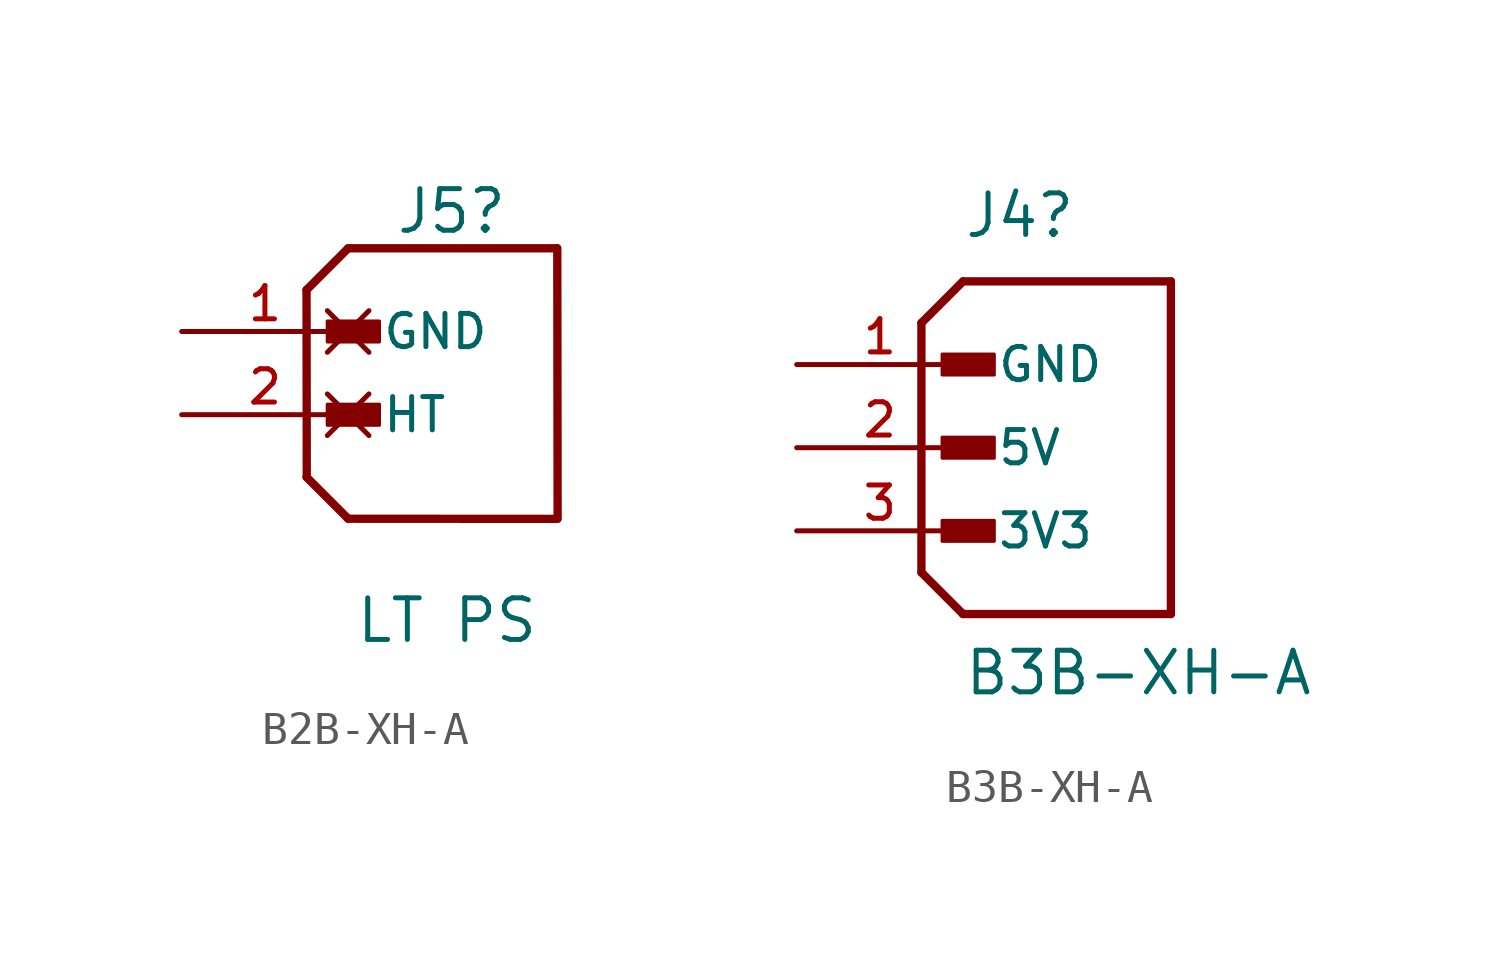
<source format=kicad_sym>
(kicad_symbol_lib
  (version 20241209)
  (generator "kicad_symbol_editor")
  (generator_version "9.0")
  (symbol "B2B-XH-A"
    (pin_names
      (offset 1.016))
    (property "Reference" "J5"
      (at -1.117 6.21 0)
      (effects (font (size 1.27 1.27)) (justify left)))
    (property "Value" "LT PS"
      (at -2.345 -6.279 0)
      (effects (font (size 1.27 1.27)) (justify left)))
    (symbol "B2B-XH-A_0_0"
      (polyline (pts (xy -3.81 3.81) (xy -3.803 -1.903)) (stroke (width 0.254) (type default)) (fill (type none)))
      (polyline (pts (xy -3.81 3.81) (xy -2.54 5.08)) (stroke (width 0.254) (type default)) (fill (type none)))
      (polyline (pts (xy -3.81 -1.905) (xy -2.54 -3.175)) (stroke (width 0.254) (type default)) (fill (type none)))
      (rectangle (start -3.175 2.223) (end -1.587 2.857) (stroke (width 0.1) (type default)) (fill (type outline)))
      (rectangle (start -3.175 -0.318) (end -1.587 0.318) (stroke (width 0.1) (type default)) (fill (type outline)))
      (polyline (pts (xy -2.54 -3.175) (xy 3.802 -3.179)) (stroke (width 0.254) (type default)) (fill (type none)))
      (polyline (pts (xy 3.81 5.08) (xy -2.54 5.08)) (stroke (width 0.254) (type default)) (fill (type none)))
      (polyline (pts (xy 3.854 -3.179) (xy 3.844 5.084)) (stroke (width 0.254) (type default)) (fill (type none))))
    (symbol "B2B-XH-A_1_0"
      (pin power_out non_logic (at -7.62 2.54 0) (length 5.08) (name "GND" (effects (font (size 1.016 1.016)))) (number "1" (effects (font (size 1.016 1.016)))))
      (pin power_out non_logic (at -7.62 0 0) (length 5.08) (name "HT" (effects (font (size 1.016 1.016)))) (number "2" (effects (font (size 1.016 1.016)))))))
  (symbol "B3B-XH-A"
    (pin_names
      (offset 1.016))
    (property "Reference" "J4"
      (at -2.54 6.35 0)
      (effects (font (size 1.27 1.27)) (justify left bottom)))
    (property "Value" "B3B-XH-A"
      (at -2.54 -7.62 0)
      (effects (font (size 1.27 1.27)) (justify left bottom)))
    (symbol "B3B-XH-A_0_0"
      (polyline (pts (xy -3.81 3.81) (xy -3.81 -3.81)) (stroke (width 0.254) (type default)) (fill (type none)))
      (polyline (pts (xy -3.81 3.81) (xy -2.54 5.08)) (stroke (width 0.254) (type default)) (fill (type none)))
      (polyline (pts (xy -3.81 -3.81) (xy -2.54 -5.08)) (stroke (width 0.254) (type default)) (fill (type none)))
      (rectangle (start -3.175 2.223) (end -1.587 2.857) (stroke (width 0.1) (type default)) (fill (type outline)))
      (rectangle (start -3.175 -0.318) (end -1.587 0.318) (stroke (width 0.1) (type default)) (fill (type outline)))
      (rectangle (start -3.175 -2.857) (end -1.587 -2.223) (stroke (width 0.1) (type default)) (fill (type outline)))
      (polyline (pts (xy -2.54 -5.08) (xy 3.81 -5.08)) (stroke (width 0.254) (type default)) (fill (type none)))
      (polyline (pts (xy 3.81 5.08) (xy -2.54 5.08)) (stroke (width 0.254) (type default)) (fill (type none)))
      (polyline (pts (xy 3.81 -5.08) (xy 3.81 5.08)) (stroke (width 0.254) (type default)) (fill (type none))))
    (symbol "B3B-XH-A_1_0"
      (pin passive line (at -7.62 2.54 0) (length 5.08) (name "GND" (effects (font (size 1.016 1.016)))) (number "1" (effects (font (size 1.016 1.016)))))
      (pin passive line (at -7.62 0 0) (length 5.08) (name "5V" (effects (font (size 1.016 1.016)))) (number "2" (effects (font (size 1.016 1.016)))))
      (pin passive line (at -7.62 -2.54 0) (length 5.08) (name "3V3" (effects (font (size 1.016 1.016)))) (number "3" (effects (font (size 1.016 1.016))))))))
</source>
